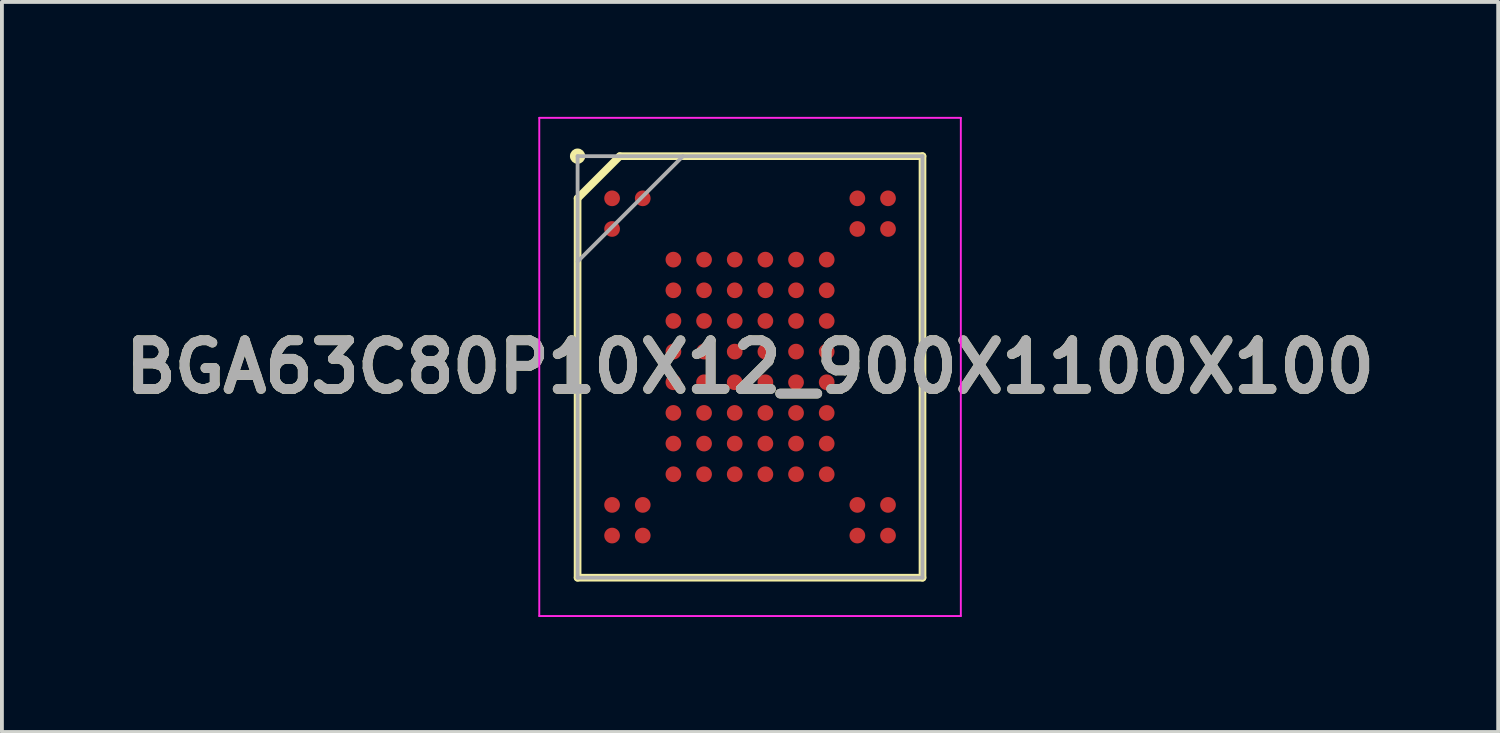
<source format=kicad_pcb>
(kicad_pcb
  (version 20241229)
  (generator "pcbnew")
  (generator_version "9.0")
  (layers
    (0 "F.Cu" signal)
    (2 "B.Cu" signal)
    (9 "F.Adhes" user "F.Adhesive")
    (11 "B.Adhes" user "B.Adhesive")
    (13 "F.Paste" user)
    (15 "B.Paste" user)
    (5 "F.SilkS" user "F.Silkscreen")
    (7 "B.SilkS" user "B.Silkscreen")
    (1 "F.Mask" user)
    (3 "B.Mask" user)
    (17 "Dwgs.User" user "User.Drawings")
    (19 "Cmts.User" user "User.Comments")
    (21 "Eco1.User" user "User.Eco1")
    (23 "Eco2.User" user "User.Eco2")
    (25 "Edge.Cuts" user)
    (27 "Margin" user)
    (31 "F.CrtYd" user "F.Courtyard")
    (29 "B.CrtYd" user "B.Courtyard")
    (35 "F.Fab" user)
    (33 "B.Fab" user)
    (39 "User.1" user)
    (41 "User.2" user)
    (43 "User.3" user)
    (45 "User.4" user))
  (footprint "BGA63C80P10X12_900X1100X100"
    (layer "F.Cu")
    (at 16.522 6.525)
    (property "Reference" "BGA63C80P10X12_900X1100X100" (at 0 0 0) (layer "F.SilkS") (effects (font (size 1.27 1.27) (thickness 0.254))))
    (attr smd)
    (fp_line (start -4.5 -4.4) (end -3.4 -5.5) (stroke (width 0.2) (type solid)) (layer "F.SilkS"))
    (fp_line (start -4.5 5.5) (end -4.5 -4.4) (stroke (width 0.2) (type solid)) (layer "F.SilkS"))
    (fp_line (start -3.4 -5.5) (end 4.5 -5.5) (stroke (width 0.2) (type solid)) (layer "F.SilkS"))
    (fp_line (start 4.5 -5.5) (end 4.5 5.5) (stroke (width 0.2) (type solid)) (layer "F.SilkS"))
    (fp_line (start 4.5 5.5) (end -4.5 5.5) (stroke (width 0.2) (type solid)) (layer "F.SilkS"))
    (fp_circle (center -4.5 -5.5) (end -4.5 -5.4) (stroke (width 0.2) (type solid)) (fill no) (layer "F.SilkS"))
    (fp_line (start -5.5 -6.5) (end 5.5 -6.5) (stroke (width 0.05) (type solid)) (layer "F.CrtYd"))
    (fp_line (start -5.5 6.5) (end -5.5 -6.5) (stroke (width 0.05) (type solid)) (layer "F.CrtYd"))
    (fp_line (start 5.5 -6.5) (end 5.5 6.5) (stroke (width 0.05) (type solid)) (layer "F.CrtYd"))
    (fp_line (start 5.5 6.5) (end -5.5 6.5) (stroke (width 0.05) (type solid)) (layer "F.CrtYd"))
    (fp_line (start -4.5 -5.5) (end 4.5 -5.5) (stroke (width 0.1) (type solid)) (layer "F.Fab"))
    (fp_line (start -4.5 -2.75) (end -1.75 -5.5) (stroke (width 0.1) (type solid)) (layer "F.Fab"))
    (fp_line (start -4.5 5.5) (end -4.5 -5.5) (stroke (width 0.1) (type solid)) (layer "F.Fab"))
    (fp_line (start 4.5 -5.5) (end 4.5 5.5) (stroke (width 0.1) (type solid)) (layer "F.Fab"))
    (fp_line (start 4.5 5.5) (end -4.5 5.5) (stroke (width 0.1) (type solid)) (layer "F.Fab"))
    (fp_text user "${REFERENCE}" (at 0 0 0) (layer "F.Fab") (effects (font (size 1.27 1.27) (thickness 0.254))))
    (pad "A1" smd circle (at -3.6 -4.4 90) (size 0.41 0.41) (layers "F.Cu" "F.Mask" "F.Paste"))
    (pad "A2" smd circle (at -2.8 -4.4 90) (size 0.41 0.41) (layers "F.Cu" "F.Mask" "F.Paste"))
    (pad "A9" smd circle (at 2.8 -4.4 90) (size 0.41 0.41) (layers "F.Cu" "F.Mask" "F.Paste"))
    (pad "A10" smd circle (at 3.6 -4.4 90) (size 0.41 0.41) (layers "F.Cu" "F.Mask" "F.Paste"))
    (pad "B1" smd circle (at -3.6 -3.6 90) (size 0.41 0.41) (layers "F.Cu" "F.Mask" "F.Paste"))
    (pad "B9" smd circle (at 2.8 -3.6 90) (size 0.41 0.41) (layers "F.Cu" "F.Mask" "F.Paste"))
    (pad "B10" smd circle (at 3.6 -3.6 90) (size 0.41 0.41) (layers "F.Cu" "F.Mask" "F.Paste"))
    (pad "C3" smd circle (at -2 -2.8 90) (size 0.41 0.41) (layers "F.Cu" "F.Mask" "F.Paste"))
    (pad "C4" smd circle (at -1.2 -2.8 90) (size 0.41 0.41) (layers "F.Cu" "F.Mask" "F.Paste"))
    (pad "C5" smd circle (at -0.4 -2.8 90) (size 0.41 0.41) (layers "F.Cu" "F.Mask" "F.Paste"))
    (pad "C6" smd circle (at 0.4 -2.8 90) (size 0.41 0.41) (layers "F.Cu" "F.Mask" "F.Paste"))
    (pad "C7" smd circle (at 1.2 -2.8 90) (size 0.41 0.41) (layers "F.Cu" "F.Mask" "F.Paste"))
    (pad "C8" smd circle (at 2 -2.8 90) (size 0.41 0.41) (layers "F.Cu" "F.Mask" "F.Paste"))
    (pad "D3" smd circle (at -2 -2 90) (size 0.41 0.41) (layers "F.Cu" "F.Mask" "F.Paste"))
    (pad "D4" smd circle (at -1.2 -2 90) (size 0.41 0.41) (layers "F.Cu" "F.Mask" "F.Paste"))
    (pad "D5" smd circle (at -0.4 -2 90) (size 0.41 0.41) (layers "F.Cu" "F.Mask" "F.Paste"))
    (pad "D6" smd circle (at 0.4 -2 90) (size 0.41 0.41) (layers "F.Cu" "F.Mask" "F.Paste"))
    (pad "D7" smd circle (at 1.2 -2 90) (size 0.41 0.41) (layers "F.Cu" "F.Mask" "F.Paste"))
    (pad "D8" smd circle (at 2 -2 90) (size 0.41 0.41) (layers "F.Cu" "F.Mask" "F.Paste"))
    (pad "E3" smd circle (at -2 -1.2 90) (size 0.41 0.41) (layers "F.Cu" "F.Mask" "F.Paste"))
    (pad "E4" smd circle (at -1.2 -1.2 90) (size 0.41 0.41) (layers "F.Cu" "F.Mask" "F.Paste"))
    (pad "E5" smd circle (at -0.4 -1.2 90) (size 0.41 0.41) (layers "F.Cu" "F.Mask" "F.Paste"))
    (pad "E6" smd circle (at 0.4 -1.2 90) (size 0.41 0.41) (layers "F.Cu" "F.Mask" "F.Paste"))
    (pad "E7" smd circle (at 1.2 -1.2 90) (size 0.41 0.41) (layers "F.Cu" "F.Mask" "F.Paste"))
    (pad "E8" smd circle (at 2 -1.2 90) (size 0.41 0.41) (layers "F.Cu" "F.Mask" "F.Paste"))
    (pad "F3" smd circle (at -2 -0.4 90) (size 0.41 0.41) (layers "F.Cu" "F.Mask" "F.Paste"))
    (pad "F4" smd circle (at -1.2 -0.4 90) (size 0.41 0.41) (layers "F.Cu" "F.Mask" "F.Paste"))
    (pad "F5" smd circle (at -0.4 -0.4 90) (size 0.41 0.41) (layers "F.Cu" "F.Mask" "F.Paste"))
    (pad "F6" smd circle (at 0.4 -0.4 90) (size 0.41 0.41) (layers "F.Cu" "F.Mask" "F.Paste"))
    (pad "F7" smd circle (at 1.2 -0.4 90) (size 0.41 0.41) (layers "F.Cu" "F.Mask" "F.Paste"))
    (pad "F8" smd circle (at 2 -0.4 90) (size 0.41 0.41) (layers "F.Cu" "F.Mask" "F.Paste"))
    (pad "G3" smd circle (at -2 0.4 90) (size 0.41 0.41) (layers "F.Cu" "F.Mask" "F.Paste"))
    (pad "G4" smd circle (at -1.2 0.4 90) (size 0.41 0.41) (layers "F.Cu" "F.Mask" "F.Paste"))
    (pad "G5" smd circle (at -0.4 0.4 90) (size 0.41 0.41) (layers "F.Cu" "F.Mask" "F.Paste"))
    (pad "G6" smd circle (at 0.4 0.4 90) (size 0.41 0.41) (layers "F.Cu" "F.Mask" "F.Paste"))
    (pad "G7" smd circle (at 1.2 0.4 90) (size 0.41 0.41) (layers "F.Cu" "F.Mask" "F.Paste"))
    (pad "G8" smd circle (at 2 0.4 90) (size 0.41 0.41) (layers "F.Cu" "F.Mask" "F.Paste"))
    (pad "H3" smd circle (at -2 1.2 90) (size 0.41 0.41) (layers "F.Cu" "F.Mask" "F.Paste"))
    (pad "H4" smd circle (at -1.2 1.2 90) (size 0.41 0.41) (layers "F.Cu" "F.Mask" "F.Paste"))
    (pad "H5" smd circle (at -0.4 1.2 90) (size 0.41 0.41) (layers "F.Cu" "F.Mask" "F.Paste"))
    (pad "H6" smd circle (at 0.4 1.2 90) (size 0.41 0.41) (layers "F.Cu" "F.Mask" "F.Paste"))
    (pad "H7" smd circle (at 1.2 1.2 90) (size 0.41 0.41) (layers "F.Cu" "F.Mask" "F.Paste"))
    (pad "H8" smd circle (at 2 1.2 90) (size 0.41 0.41) (layers "F.Cu" "F.Mask" "F.Paste"))
    (pad "J3" smd circle (at -2 2 90) (size 0.41 0.41) (layers "F.Cu" "F.Mask" "F.Paste"))
    (pad "J4" smd circle (at -1.2 2 90) (size 0.41 0.41) (layers "F.Cu" "F.Mask" "F.Paste"))
    (pad "J5" smd circle (at -0.4 2 90) (size 0.41 0.41) (layers "F.Cu" "F.Mask" "F.Paste"))
    (pad "J6" smd circle (at 0.4 2 90) (size 0.41 0.41) (layers "F.Cu" "F.Mask" "F.Paste"))
    (pad "J7" smd circle (at 1.2 2 90) (size 0.41 0.41) (layers "F.Cu" "F.Mask" "F.Paste"))
    (pad "J8" smd circle (at 2 2 90) (size 0.41 0.41) (layers "F.Cu" "F.Mask" "F.Paste"))
    (pad "K3" smd circle (at -2 2.8 90) (size 0.41 0.41) (layers "F.Cu" "F.Mask" "F.Paste"))
    (pad "K4" smd circle (at -1.2 2.8 90) (size 0.41 0.41) (layers "F.Cu" "F.Mask" "F.Paste"))
    (pad "K5" smd circle (at -0.4 2.8 90) (size 0.41 0.41) (layers "F.Cu" "F.Mask" "F.Paste"))
    (pad "K6" smd circle (at 0.4 2.8 90) (size 0.41 0.41) (layers "F.Cu" "F.Mask" "F.Paste"))
    (pad "K7" smd circle (at 1.2 2.8 90) (size 0.41 0.41) (layers "F.Cu" "F.Mask" "F.Paste"))
    (pad "K8" smd circle (at 2 2.8 90) (size 0.41 0.41) (layers "F.Cu" "F.Mask" "F.Paste"))
    (pad "L1" smd circle (at -3.6 3.6 90) (size 0.41 0.41) (layers "F.Cu" "F.Mask" "F.Paste"))
    (pad "L2" smd circle (at -2.8 3.6 90) (size 0.41 0.41) (layers "F.Cu" "F.Mask" "F.Paste"))
    (pad "L9" smd circle (at 2.8 3.6 90) (size 0.41 0.41) (layers "F.Cu" "F.Mask" "F.Paste"))
    (pad "L10" smd circle (at 3.6 3.6 90) (size 0.41 0.41) (layers "F.Cu" "F.Mask" "F.Paste"))
    (pad "M1" smd circle (at -3.6 4.4 90) (size 0.41 0.41) (layers "F.Cu" "F.Mask" "F.Paste"))
    (pad "M2" smd circle (at -2.8 4.4 90) (size 0.41 0.41) (layers "F.Cu" "F.Mask" "F.Paste"))
    (pad "M9" smd circle (at 2.8 4.4 90) (size 0.41 0.41) (layers "F.Cu" "F.Mask" "F.Paste"))
    (pad "M10" smd circle (at 3.6 4.4 90) (size 0.41 0.41) (layers "F.Cu" "F.Mask" "F.Paste")))
  (gr_rect
    (start -3 -3)
    (end 36.044 16.05)
    (stroke (width 0.1) (type default))
    (fill no)
    (layer "Edge.Cuts")))
</source>
